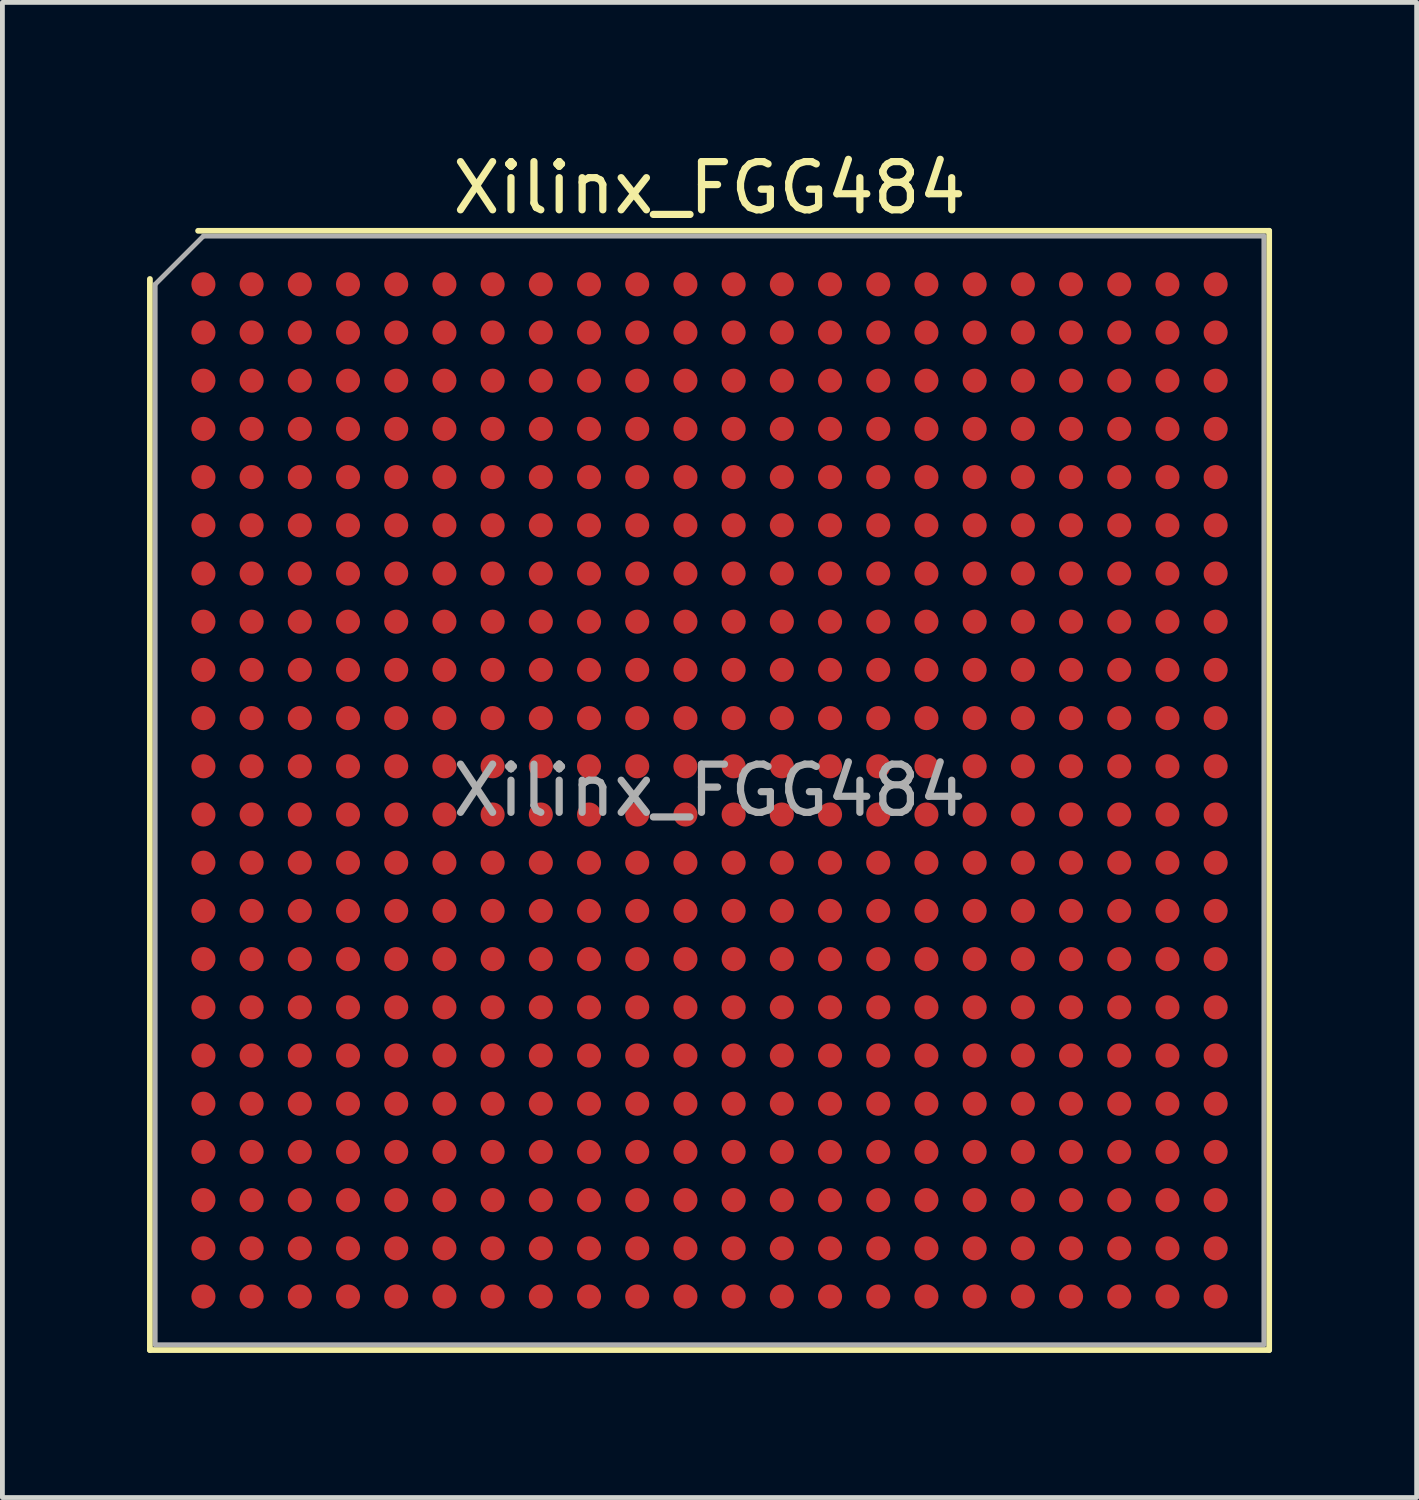
<source format=kicad_pcb>
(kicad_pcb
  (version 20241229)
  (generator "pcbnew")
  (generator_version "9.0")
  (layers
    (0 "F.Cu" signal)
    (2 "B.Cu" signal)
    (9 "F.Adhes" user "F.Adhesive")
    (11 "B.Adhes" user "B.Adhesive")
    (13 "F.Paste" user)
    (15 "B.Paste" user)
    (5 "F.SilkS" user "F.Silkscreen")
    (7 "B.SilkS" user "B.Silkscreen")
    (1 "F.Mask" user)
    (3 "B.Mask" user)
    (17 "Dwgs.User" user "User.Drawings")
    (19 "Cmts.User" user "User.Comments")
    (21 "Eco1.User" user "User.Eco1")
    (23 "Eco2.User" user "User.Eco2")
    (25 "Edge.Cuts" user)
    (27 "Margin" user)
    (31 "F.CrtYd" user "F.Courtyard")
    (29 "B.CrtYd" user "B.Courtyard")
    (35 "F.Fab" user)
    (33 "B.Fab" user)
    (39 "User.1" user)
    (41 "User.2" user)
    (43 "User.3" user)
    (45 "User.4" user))
  (footprint "Xilinx_FGG484"
    (layer "F.Cu")
    (at 11.67 13.348)
    (property "Reference" "Xilinx_FGG484" (at 0 -12.5 0) (layer "F.SilkS") (effects (font (size 1 1) (thickness 0.15))))
    (attr smd)
    (fp_line (start -11.61 11.61) (end -11.61 -10.61) (stroke (width 0.12) (type solid)) (layer "F.SilkS"))
    (fp_line (start -10.61 -11.61) (end 11.61 -11.61) (stroke (width 0.12) (type solid)) (layer "F.SilkS"))
    (fp_line (start 11.61 -11.61) (end 11.61 11.61) (stroke (width 0.12) (type solid)) (layer "F.SilkS"))
    (fp_line (start 11.61 11.61) (end -11.61 11.61) (stroke (width 0.12) (type solid)) (layer "F.SilkS"))
    (fp_rect (start 0 0) (end 0 0) (stroke (width 0.05) (type solid)) (fill no) (layer "F.CrtYd"))
    (fp_line (start -11.5 -10.5) (end -10.5 -11.5) (stroke (width 0.1) (type solid)) (layer "F.Fab"))
    (fp_line (start -11.5 11.5) (end -11.5 -10.5) (stroke (width 0.1) (type solid)) (layer "F.Fab"))
    (fp_line (start -10.5 -11.5) (end 11.5 -11.5) (stroke (width 0.1) (type solid)) (layer "F.Fab"))
    (fp_line (start 11.5 -11.5) (end 11.5 11.5) (stroke (width 0.1) (type solid)) (layer "F.Fab"))
    (fp_line (start 11.5 11.5) (end -11.5 11.5) (stroke (width 0.1) (type solid)) (layer "F.Fab"))
    (fp_text user "${REFERENCE}" (at 0 0 0) (layer "F.Fab") (effects (font (size 1 1) (thickness 0.15))))
    (pad "A1" smd circle (at -10.5 -10.5) (size 0.5 0.5) (layers "F.Cu" "F.Mask" "F.Paste"))
    (pad "A2" smd circle (at -9.5 -10.5) (size 0.5 0.5) (layers "F.Cu" "F.Mask" "F.Paste"))
    (pad "A3" smd circle (at -8.5 -10.5) (size 0.5 0.5) (layers "F.Cu" "F.Mask" "F.Paste"))
    (pad "A4" smd circle (at -7.5 -10.5) (size 0.5 0.5) (layers "F.Cu" "F.Mask" "F.Paste"))
    (pad "A5" smd circle (at -6.5 -10.5) (size 0.5 0.5) (layers "F.Cu" "F.Mask" "F.Paste"))
    (pad "A6" smd circle (at -5.5 -10.5) (size 0.5 0.5) (layers "F.Cu" "F.Mask" "F.Paste"))
    (pad "A7" smd circle (at -4.5 -10.5) (size 0.5 0.5) (layers "F.Cu" "F.Mask" "F.Paste"))
    (pad "A8" smd circle (at -3.5 -10.5) (size 0.5 0.5) (layers "F.Cu" "F.Mask" "F.Paste"))
    (pad "A9" smd circle (at -2.5 -10.5) (size 0.5 0.5) (layers "F.Cu" "F.Mask" "F.Paste"))
    (pad "A10" smd circle (at -1.5 -10.5) (size 0.5 0.5) (layers "F.Cu" "F.Mask" "F.Paste"))
    (pad "A11" smd circle (at -0.5 -10.5) (size 0.5 0.5) (layers "F.Cu" "F.Mask" "F.Paste"))
    (pad "A12" smd circle (at 0.5 -10.5) (size 0.5 0.5) (layers "F.Cu" "F.Mask" "F.Paste"))
    (pad "A13" smd circle (at 1.5 -10.5) (size 0.5 0.5) (layers "F.Cu" "F.Mask" "F.Paste"))
    (pad "A14" smd circle (at 2.5 -10.5) (size 0.5 0.5) (layers "F.Cu" "F.Mask" "F.Paste"))
    (pad "A15" smd circle (at 3.5 -10.5) (size 0.5 0.5) (layers "F.Cu" "F.Mask" "F.Paste"))
    (pad "A16" smd circle (at 4.5 -10.5) (size 0.5 0.5) (layers "F.Cu" "F.Mask" "F.Paste"))
    (pad "A17" smd circle (at 5.5 -10.5) (size 0.5 0.5) (layers "F.Cu" "F.Mask" "F.Paste"))
    (pad "A18" smd circle (at 6.5 -10.5) (size 0.5 0.5) (layers "F.Cu" "F.Mask" "F.Paste"))
    (pad "A19" smd circle (at 7.5 -10.5) (size 0.5 0.5) (layers "F.Cu" "F.Mask" "F.Paste"))
    (pad "A20" smd circle (at 8.5 -10.5) (size 0.5 0.5) (layers "F.Cu" "F.Mask" "F.Paste"))
    (pad "A21" smd circle (at 9.5 -10.5) (size 0.5 0.5) (layers "F.Cu" "F.Mask" "F.Paste"))
    (pad "A22" smd circle (at 10.5 -10.5) (size 0.5 0.5) (layers "F.Cu" "F.Mask" "F.Paste"))
    (pad "AA1" smd circle (at -10.5 9.5) (size 0.5 0.5) (layers "F.Cu" "F.Mask" "F.Paste"))
    (pad "AA2" smd circle (at -9.5 9.5) (size 0.5 0.5) (layers "F.Cu" "F.Mask" "F.Paste"))
    (pad "AA3" smd circle (at -8.5 9.5) (size 0.5 0.5) (layers "F.Cu" "F.Mask" "F.Paste"))
    (pad "AA4" smd circle (at -7.5 9.5) (size 0.5 0.5) (layers "F.Cu" "F.Mask" "F.Paste"))
    (pad "AA5" smd circle (at -6.5 9.5) (size 0.5 0.5) (layers "F.Cu" "F.Mask" "F.Paste"))
    (pad "AA6" smd circle (at -5.5 9.5) (size 0.5 0.5) (layers "F.Cu" "F.Mask" "F.Paste"))
    (pad "AA7" smd circle (at -4.5 9.5) (size 0.5 0.5) (layers "F.Cu" "F.Mask" "F.Paste"))
    (pad "AA8" smd circle (at -3.5 9.5) (size 0.5 0.5) (layers "F.Cu" "F.Mask" "F.Paste"))
    (pad "AA9" smd circle (at -2.5 9.5) (size 0.5 0.5) (layers "F.Cu" "F.Mask" "F.Paste"))
    (pad "AA10" smd circle (at -1.5 9.5) (size 0.5 0.5) (layers "F.Cu" "F.Mask" "F.Paste"))
    (pad "AA11" smd circle (at -0.5 9.5) (size 0.5 0.5) (layers "F.Cu" "F.Mask" "F.Paste"))
    (pad "AA12" smd circle (at 0.5 9.5) (size 0.5 0.5) (layers "F.Cu" "F.Mask" "F.Paste"))
    (pad "AA13" smd circle (at 1.5 9.5) (size 0.5 0.5) (layers "F.Cu" "F.Mask" "F.Paste"))
    (pad "AA14" smd circle (at 2.5 9.5) (size 0.5 0.5) (layers "F.Cu" "F.Mask" "F.Paste"))
    (pad "AA15" smd circle (at 3.5 9.5) (size 0.5 0.5) (layers "F.Cu" "F.Mask" "F.Paste"))
    (pad "AA16" smd circle (at 4.5 9.5) (size 0.5 0.5) (layers "F.Cu" "F.Mask" "F.Paste"))
    (pad "AA17" smd circle (at 5.5 9.5) (size 0.5 0.5) (layers "F.Cu" "F.Mask" "F.Paste"))
    (pad "AA18" smd circle (at 6.5 9.5) (size 0.5 0.5) (layers "F.Cu" "F.Mask" "F.Paste"))
    (pad "AA19" smd circle (at 7.5 9.5) (size 0.5 0.5) (layers "F.Cu" "F.Mask" "F.Paste"))
    (pad "AA20" smd circle (at 8.5 9.5) (size 0.5 0.5) (layers "F.Cu" "F.Mask" "F.Paste"))
    (pad "AA21" smd circle (at 9.5 9.5) (size 0.5 0.5) (layers "F.Cu" "F.Mask" "F.Paste"))
    (pad "AA22" smd circle (at 10.5 9.5) (size 0.5 0.5) (layers "F.Cu" "F.Mask" "F.Paste"))
    (pad "AB1" smd circle (at -10.5 10.5) (size 0.5 0.5) (layers "F.Cu" "F.Mask" "F.Paste"))
    (pad "AB2" smd circle (at -9.5 10.5) (size 0.5 0.5) (layers "F.Cu" "F.Mask" "F.Paste"))
    (pad "AB3" smd circle (at -8.5 10.5) (size 0.5 0.5) (layers "F.Cu" "F.Mask" "F.Paste"))
    (pad "AB4" smd circle (at -7.5 10.5) (size 0.5 0.5) (layers "F.Cu" "F.Mask" "F.Paste"))
    (pad "AB5" smd circle (at -6.5 10.5) (size 0.5 0.5) (layers "F.Cu" "F.Mask" "F.Paste"))
    (pad "AB6" smd circle (at -5.5 10.5) (size 0.5 0.5) (layers "F.Cu" "F.Mask" "F.Paste"))
    (pad "AB7" smd circle (at -4.5 10.5) (size 0.5 0.5) (layers "F.Cu" "F.Mask" "F.Paste"))
    (pad "AB8" smd circle (at -3.5 10.5) (size 0.5 0.5) (layers "F.Cu" "F.Mask" "F.Paste"))
    (pad "AB9" smd circle (at -2.5 10.5) (size 0.5 0.5) (layers "F.Cu" "F.Mask" "F.Paste"))
    (pad "AB10" smd circle (at -1.5 10.5) (size 0.5 0.5) (layers "F.Cu" "F.Mask" "F.Paste"))
    (pad "AB11" smd circle (at -0.5 10.5) (size 0.5 0.5) (layers "F.Cu" "F.Mask" "F.Paste"))
    (pad "AB12" smd circle (at 0.5 10.5) (size 0.5 0.5) (layers "F.Cu" "F.Mask" "F.Paste"))
    (pad "AB13" smd circle (at 1.5 10.5) (size 0.5 0.5) (layers "F.Cu" "F.Mask" "F.Paste"))
    (pad "AB14" smd circle (at 2.5 10.5) (size 0.5 0.5) (layers "F.Cu" "F.Mask" "F.Paste"))
    (pad "AB15" smd circle (at 3.5 10.5) (size 0.5 0.5) (layers "F.Cu" "F.Mask" "F.Paste"))
    (pad "AB16" smd circle (at 4.5 10.5) (size 0.5 0.5) (layers "F.Cu" "F.Mask" "F.Paste"))
    (pad "AB17" smd circle (at 5.5 10.5) (size 0.5 0.5) (layers "F.Cu" "F.Mask" "F.Paste"))
    (pad "AB18" smd circle (at 6.5 10.5) (size 0.5 0.5) (layers "F.Cu" "F.Mask" "F.Paste"))
    (pad "AB19" smd circle (at 7.5 10.5) (size 0.5 0.5) (layers "F.Cu" "F.Mask" "F.Paste"))
    (pad "AB20" smd circle (at 8.5 10.5) (size 0.5 0.5) (layers "F.Cu" "F.Mask" "F.Paste"))
    (pad "AB21" smd circle (at 9.5 10.5) (size 0.5 0.5) (layers "F.Cu" "F.Mask" "F.Paste"))
    (pad "AB22" smd circle (at 10.5 10.5) (size 0.5 0.5) (layers "F.Cu" "F.Mask" "F.Paste"))
    (pad "B1" smd circle (at -10.5 -9.5) (size 0.5 0.5) (layers "F.Cu" "F.Mask" "F.Paste"))
    (pad "B2" smd circle (at -9.5 -9.5) (size 0.5 0.5) (layers "F.Cu" "F.Mask" "F.Paste"))
    (pad "B3" smd circle (at -8.5 -9.5) (size 0.5 0.5) (layers "F.Cu" "F.Mask" "F.Paste"))
    (pad "B4" smd circle (at -7.5 -9.5) (size 0.5 0.5) (layers "F.Cu" "F.Mask" "F.Paste"))
    (pad "B5" smd circle (at -6.5 -9.5) (size 0.5 0.5) (layers "F.Cu" "F.Mask" "F.Paste"))
    (pad "B6" smd circle (at -5.5 -9.5) (size 0.5 0.5) (layers "F.Cu" "F.Mask" "F.Paste"))
    (pad "B7" smd circle (at -4.5 -9.5) (size 0.5 0.5) (layers "F.Cu" "F.Mask" "F.Paste"))
    (pad "B8" smd circle (at -3.5 -9.5) (size 0.5 0.5) (layers "F.Cu" "F.Mask" "F.Paste"))
    (pad "B9" smd circle (at -2.5 -9.5) (size 0.5 0.5) (layers "F.Cu" "F.Mask" "F.Paste"))
    (pad "B10" smd circle (at -1.5 -9.5) (size 0.5 0.5) (layers "F.Cu" "F.Mask" "F.Paste"))
    (pad "B11" smd circle (at -0.5 -9.5) (size 0.5 0.5) (layers "F.Cu" "F.Mask" "F.Paste"))
    (pad "B12" smd circle (at 0.5 -9.5) (size 0.5 0.5) (layers "F.Cu" "F.Mask" "F.Paste"))
    (pad "B13" smd circle (at 1.5 -9.5) (size 0.5 0.5) (layers "F.Cu" "F.Mask" "F.Paste"))
    (pad "B14" smd circle (at 2.5 -9.5) (size 0.5 0.5) (layers "F.Cu" "F.Mask" "F.Paste"))
    (pad "B15" smd circle (at 3.5 -9.5) (size 0.5 0.5) (layers "F.Cu" "F.Mask" "F.Paste"))
    (pad "B16" smd circle (at 4.5 -9.5) (size 0.5 0.5) (layers "F.Cu" "F.Mask" "F.Paste"))
    (pad "B17" smd circle (at 5.5 -9.5) (size 0.5 0.5) (layers "F.Cu" "F.Mask" "F.Paste"))
    (pad "B18" smd circle (at 6.5 -9.5) (size 0.5 0.5) (layers "F.Cu" "F.Mask" "F.Paste"))
    (pad "B19" smd circle (at 7.5 -9.5) (size 0.5 0.5) (layers "F.Cu" "F.Mask" "F.Paste"))
    (pad "B20" smd circle (at 8.5 -9.5) (size 0.5 0.5) (layers "F.Cu" "F.Mask" "F.Paste"))
    (pad "B21" smd circle (at 9.5 -9.5) (size 0.5 0.5) (layers "F.Cu" "F.Mask" "F.Paste"))
    (pad "B22" smd circle (at 10.5 -9.5) (size 0.5 0.5) (layers "F.Cu" "F.Mask" "F.Paste"))
    (pad "C1" smd circle (at -10.5 -8.5) (size 0.5 0.5) (layers "F.Cu" "F.Mask" "F.Paste"))
    (pad "C2" smd circle (at -9.5 -8.5) (size 0.5 0.5) (layers "F.Cu" "F.Mask" "F.Paste"))
    (pad "C3" smd circle (at -8.5 -8.5) (size 0.5 0.5) (layers "F.Cu" "F.Mask" "F.Paste"))
    (pad "C4" smd circle (at -7.5 -8.5) (size 0.5 0.5) (layers "F.Cu" "F.Mask" "F.Paste"))
    (pad "C5" smd circle (at -6.5 -8.5) (size 0.5 0.5) (layers "F.Cu" "F.Mask" "F.Paste"))
    (pad "C6" smd circle (at -5.5 -8.5) (size 0.5 0.5) (layers "F.Cu" "F.Mask" "F.Paste"))
    (pad "C7" smd circle (at -4.5 -8.5) (size 0.5 0.5) (layers "F.Cu" "F.Mask" "F.Paste"))
    (pad "C8" smd circle (at -3.5 -8.5) (size 0.5 0.5) (layers "F.Cu" "F.Mask" "F.Paste"))
    (pad "C9" smd circle (at -2.5 -8.5) (size 0.5 0.5) (layers "F.Cu" "F.Mask" "F.Paste"))
    (pad "C10" smd circle (at -1.5 -8.5) (size 0.5 0.5) (layers "F.Cu" "F.Mask" "F.Paste"))
    (pad "C11" smd circle (at -0.5 -8.5) (size 0.5 0.5) (layers "F.Cu" "F.Mask" "F.Paste"))
    (pad "C12" smd circle (at 0.5 -8.5) (size 0.5 0.5) (layers "F.Cu" "F.Mask" "F.Paste"))
    (pad "C13" smd circle (at 1.5 -8.5) (size 0.5 0.5) (layers "F.Cu" "F.Mask" "F.Paste"))
    (pad "C14" smd circle (at 2.5 -8.5) (size 0.5 0.5) (layers "F.Cu" "F.Mask" "F.Paste"))
    (pad "C15" smd circle (at 3.5 -8.5) (size 0.5 0.5) (layers "F.Cu" "F.Mask" "F.Paste"))
    (pad "C16" smd circle (at 4.5 -8.5) (size 0.5 0.5) (layers "F.Cu" "F.Mask" "F.Paste"))
    (pad "C17" smd circle (at 5.5 -8.5) (size 0.5 0.5) (layers "F.Cu" "F.Mask" "F.Paste"))
    (pad "C18" smd circle (at 6.5 -8.5) (size 0.5 0.5) (layers "F.Cu" "F.Mask" "F.Paste"))
    (pad "C19" smd circle (at 7.5 -8.5) (size 0.5 0.5) (layers "F.Cu" "F.Mask" "F.Paste"))
    (pad "C20" smd circle (at 8.5 -8.5) (size 0.5 0.5) (layers "F.Cu" "F.Mask" "F.Paste"))
    (pad "C21" smd circle (at 9.5 -8.5) (size 0.5 0.5) (layers "F.Cu" "F.Mask" "F.Paste"))
    (pad "C22" smd circle (at 10.5 -8.5) (size 0.5 0.5) (layers "F.Cu" "F.Mask" "F.Paste"))
    (pad "D1" smd circle (at -10.5 -7.5) (size 0.5 0.5) (layers "F.Cu" "F.Mask" "F.Paste"))
    (pad "D2" smd circle (at -9.5 -7.5) (size 0.5 0.5) (layers "F.Cu" "F.Mask" "F.Paste"))
    (pad "D3" smd circle (at -8.5 -7.5) (size 0.5 0.5) (layers "F.Cu" "F.Mask" "F.Paste"))
    (pad "D4" smd circle (at -7.5 -7.5) (size 0.5 0.5) (layers "F.Cu" "F.Mask" "F.Paste"))
    (pad "D5" smd circle (at -6.5 -7.5) (size 0.5 0.5) (layers "F.Cu" "F.Mask" "F.Paste"))
    (pad "D6" smd circle (at -5.5 -7.5) (size 0.5 0.5) (layers "F.Cu" "F.Mask" "F.Paste"))
    (pad "D7" smd circle (at -4.5 -7.5) (size 0.5 0.5) (layers "F.Cu" "F.Mask" "F.Paste"))
    (pad "D8" smd circle (at -3.5 -7.5) (size 0.5 0.5) (layers "F.Cu" "F.Mask" "F.Paste"))
    (pad "D9" smd circle (at -2.5 -7.5) (size 0.5 0.5) (layers "F.Cu" "F.Mask" "F.Paste"))
    (pad "D10" smd circle (at -1.5 -7.5) (size 0.5 0.5) (layers "F.Cu" "F.Mask" "F.Paste"))
    (pad "D11" smd circle (at -0.5 -7.5) (size 0.5 0.5) (layers "F.Cu" "F.Mask" "F.Paste"))
    (pad "D12" smd circle (at 0.5 -7.5) (size 0.5 0.5) (layers "F.Cu" "F.Mask" "F.Paste"))
    (pad "D13" smd circle (at 1.5 -7.5) (size 0.5 0.5) (layers "F.Cu" "F.Mask" "F.Paste"))
    (pad "D14" smd circle (at 2.5 -7.5) (size 0.5 0.5) (layers "F.Cu" "F.Mask" "F.Paste"))
    (pad "D15" smd circle (at 3.5 -7.5) (size 0.5 0.5) (layers "F.Cu" "F.Mask" "F.Paste"))
    (pad "D16" smd circle (at 4.5 -7.5) (size 0.5 0.5) (layers "F.Cu" "F.Mask" "F.Paste"))
    (pad "D17" smd circle (at 5.5 -7.5) (size 0.5 0.5) (layers "F.Cu" "F.Mask" "F.Paste"))
    (pad "D18" smd circle (at 6.5 -7.5) (size 0.5 0.5) (layers "F.Cu" "F.Mask" "F.Paste"))
    (pad "D19" smd circle (at 7.5 -7.5) (size 0.5 0.5) (layers "F.Cu" "F.Mask" "F.Paste"))
    (pad "D20" smd circle (at 8.5 -7.5) (size 0.5 0.5) (layers "F.Cu" "F.Mask" "F.Paste"))
    (pad "D21" smd circle (at 9.5 -7.5) (size 0.5 0.5) (layers "F.Cu" "F.Mask" "F.Paste"))
    (pad "D22" smd circle (at 10.5 -7.5) (size 0.5 0.5) (layers "F.Cu" "F.Mask" "F.Paste"))
    (pad "E1" smd circle (at -10.5 -6.5) (size 0.5 0.5) (layers "F.Cu" "F.Mask" "F.Paste"))
    (pad "E2" smd circle (at -9.5 -6.5) (size 0.5 0.5) (layers "F.Cu" "F.Mask" "F.Paste"))
    (pad "E3" smd circle (at -8.5 -6.5) (size 0.5 0.5) (layers "F.Cu" "F.Mask" "F.Paste"))
    (pad "E4" smd circle (at -7.5 -6.5) (size 0.5 0.5) (layers "F.Cu" "F.Mask" "F.Paste"))
    (pad "E5" smd circle (at -6.5 -6.5) (size 0.5 0.5) (layers "F.Cu" "F.Mask" "F.Paste"))
    (pad "E6" smd circle (at -5.5 -6.5) (size 0.5 0.5) (layers "F.Cu" "F.Mask" "F.Paste"))
    (pad "E7" smd circle (at -4.5 -6.5) (size 0.5 0.5) (layers "F.Cu" "F.Mask" "F.Paste"))
    (pad "E8" smd circle (at -3.5 -6.5) (size 0.5 0.5) (layers "F.Cu" "F.Mask" "F.Paste"))
    (pad "E9" smd circle (at -2.5 -6.5) (size 0.5 0.5) (layers "F.Cu" "F.Mask" "F.Paste"))
    (pad "E10" smd circle (at -1.5 -6.5) (size 0.5 0.5) (layers "F.Cu" "F.Mask" "F.Paste"))
    (pad "E11" smd circle (at -0.5 -6.5) (size 0.5 0.5) (layers "F.Cu" "F.Mask" "F.Paste"))
    (pad "E12" smd circle (at 0.5 -6.5) (size 0.5 0.5) (layers "F.Cu" "F.Mask" "F.Paste"))
    (pad "E13" smd circle (at 1.5 -6.5) (size 0.5 0.5) (layers "F.Cu" "F.Mask" "F.Paste"))
    (pad "E14" smd circle (at 2.5 -6.5) (size 0.5 0.5) (layers "F.Cu" "F.Mask" "F.Paste"))
    (pad "E15" smd circle (at 3.5 -6.5) (size 0.5 0.5) (layers "F.Cu" "F.Mask" "F.Paste"))
    (pad "E16" smd circle (at 4.5 -6.5) (size 0.5 0.5) (layers "F.Cu" "F.Mask" "F.Paste"))
    (pad "E17" smd circle (at 5.5 -6.5) (size 0.5 0.5) (layers "F.Cu" "F.Mask" "F.Paste"))
    (pad "E18" smd circle (at 6.5 -6.5) (size 0.5 0.5) (layers "F.Cu" "F.Mask" "F.Paste"))
    (pad "E19" smd circle (at 7.5 -6.5) (size 0.5 0.5) (layers "F.Cu" "F.Mask" "F.Paste"))
    (pad "E20" smd circle (at 8.5 -6.5) (size 0.5 0.5) (layers "F.Cu" "F.Mask" "F.Paste"))
    (pad "E21" smd circle (at 9.5 -6.5) (size 0.5 0.5) (layers "F.Cu" "F.Mask" "F.Paste"))
    (pad "E22" smd circle (at 10.5 -6.5) (size 0.5 0.5) (layers "F.Cu" "F.Mask" "F.Paste"))
    (pad "F1" smd circle (at -10.5 -5.5) (size 0.5 0.5) (layers "F.Cu" "F.Mask" "F.Paste"))
    (pad "F2" smd circle (at -9.5 -5.5) (size 0.5 0.5) (layers "F.Cu" "F.Mask" "F.Paste"))
    (pad "F3" smd circle (at -8.5 -5.5) (size 0.5 0.5) (layers "F.Cu" "F.Mask" "F.Paste"))
    (pad "F4" smd circle (at -7.5 -5.5) (size 0.5 0.5) (layers "F.Cu" "F.Mask" "F.Paste"))
    (pad "F5" smd circle (at -6.5 -5.5) (size 0.5 0.5) (layers "F.Cu" "F.Mask" "F.Paste"))
    (pad "F6" smd circle (at -5.5 -5.5) (size 0.5 0.5) (layers "F.Cu" "F.Mask" "F.Paste"))
    (pad "F7" smd circle (at -4.5 -5.5) (size 0.5 0.5) (layers "F.Cu" "F.Mask" "F.Paste"))
    (pad "F8" smd circle (at -3.5 -5.5) (size 0.5 0.5) (layers "F.Cu" "F.Mask" "F.Paste"))
    (pad "F9" smd circle (at -2.5 -5.5) (size 0.5 0.5) (layers "F.Cu" "F.Mask" "F.Paste"))
    (pad "F10" smd circle (at -1.5 -5.5) (size 0.5 0.5) (layers "F.Cu" "F.Mask" "F.Paste"))
    (pad "F11" smd circle (at -0.5 -5.5) (size 0.5 0.5) (layers "F.Cu" "F.Mask" "F.Paste"))
    (pad "F12" smd circle (at 0.5 -5.5) (size 0.5 0.5) (layers "F.Cu" "F.Mask" "F.Paste"))
    (pad "F13" smd circle (at 1.5 -5.5) (size 0.5 0.5) (layers "F.Cu" "F.Mask" "F.Paste"))
    (pad "F14" smd circle (at 2.5 -5.5) (size 0.5 0.5) (layers "F.Cu" "F.Mask" "F.Paste"))
    (pad "F15" smd circle (at 3.5 -5.5) (size 0.5 0.5) (layers "F.Cu" "F.Mask" "F.Paste"))
    (pad "F16" smd circle (at 4.5 -5.5) (size 0.5 0.5) (layers "F.Cu" "F.Mask" "F.Paste"))
    (pad "F17" smd circle (at 5.5 -5.5) (size 0.5 0.5) (layers "F.Cu" "F.Mask" "F.Paste"))
    (pad "F18" smd circle (at 6.5 -5.5) (size 0.5 0.5) (layers "F.Cu" "F.Mask" "F.Paste"))
    (pad "F19" smd circle (at 7.5 -5.5) (size 0.5 0.5) (layers "F.Cu" "F.Mask" "F.Paste"))
    (pad "F20" smd circle (at 8.5 -5.5) (size 0.5 0.5) (layers "F.Cu" "F.Mask" "F.Paste"))
    (pad "F21" smd circle (at 9.5 -5.5) (size 0.5 0.5) (layers "F.Cu" "F.Mask" "F.Paste"))
    (pad "F22" smd circle (at 10.5 -5.5) (size 0.5 0.5) (layers "F.Cu" "F.Mask" "F.Paste"))
    (pad "G1" smd circle (at -10.5 -4.5) (size 0.5 0.5) (layers "F.Cu" "F.Mask" "F.Paste"))
    (pad "G2" smd circle (at -9.5 -4.5) (size 0.5 0.5) (layers "F.Cu" "F.Mask" "F.Paste"))
    (pad "G3" smd circle (at -8.5 -4.5) (size 0.5 0.5) (layers "F.Cu" "F.Mask" "F.Paste"))
    (pad "G4" smd circle (at -7.5 -4.5) (size 0.5 0.5) (layers "F.Cu" "F.Mask" "F.Paste"))
    (pad "G5" smd circle (at -6.5 -4.5) (size 0.5 0.5) (layers "F.Cu" "F.Mask" "F.Paste"))
    (pad "G6" smd circle (at -5.5 -4.5) (size 0.5 0.5) (layers "F.Cu" "F.Mask" "F.Paste"))
    (pad "G7" smd circle (at -4.5 -4.5) (size 0.5 0.5) (layers "F.Cu" "F.Mask" "F.Paste"))
    (pad "G8" smd circle (at -3.5 -4.5) (size 0.5 0.5) (layers "F.Cu" "F.Mask" "F.Paste"))
    (pad "G9" smd circle (at -2.5 -4.5) (size 0.5 0.5) (layers "F.Cu" "F.Mask" "F.Paste"))
    (pad "G10" smd circle (at -1.5 -4.5) (size 0.5 0.5) (layers "F.Cu" "F.Mask" "F.Paste"))
    (pad "G11" smd circle (at -0.5 -4.5) (size 0.5 0.5) (layers "F.Cu" "F.Mask" "F.Paste"))
    (pad "G12" smd circle (at 0.5 -4.5) (size 0.5 0.5) (layers "F.Cu" "F.Mask" "F.Paste"))
    (pad "G13" smd circle (at 1.5 -4.5) (size 0.5 0.5) (layers "F.Cu" "F.Mask" "F.Paste"))
    (pad "G14" smd circle (at 2.5 -4.5) (size 0.5 0.5) (layers "F.Cu" "F.Mask" "F.Paste"))
    (pad "G15" smd circle (at 3.5 -4.5) (size 0.5 0.5) (layers "F.Cu" "F.Mask" "F.Paste"))
    (pad "G16" smd circle (at 4.5 -4.5) (size 0.5 0.5) (layers "F.Cu" "F.Mask" "F.Paste"))
    (pad "G17" smd circle (at 5.5 -4.5) (size 0.5 0.5) (layers "F.Cu" "F.Mask" "F.Paste"))
    (pad "G18" smd circle (at 6.5 -4.5) (size 0.5 0.5) (layers "F.Cu" "F.Mask" "F.Paste"))
    (pad "G19" smd circle (at 7.5 -4.5) (size 0.5 0.5) (layers "F.Cu" "F.Mask" "F.Paste"))
    (pad "G20" smd circle (at 8.5 -4.5) (size 0.5 0.5) (layers "F.Cu" "F.Mask" "F.Paste"))
    (pad "G21" smd circle (at 9.5 -4.5) (size 0.5 0.5) (layers "F.Cu" "F.Mask" "F.Paste"))
    (pad "G22" smd circle (at 10.5 -4.5) (size 0.5 0.5) (layers "F.Cu" "F.Mask" "F.Paste"))
    (pad "H1" smd circle (at -10.5 -3.5) (size 0.5 0.5) (layers "F.Cu" "F.Mask" "F.Paste"))
    (pad "H2" smd circle (at -9.5 -3.5) (size 0.5 0.5) (layers "F.Cu" "F.Mask" "F.Paste"))
    (pad "H3" smd circle (at -8.5 -3.5) (size 0.5 0.5) (layers "F.Cu" "F.Mask" "F.Paste"))
    (pad "H4" smd circle (at -7.5 -3.5) (size 0.5 0.5) (layers "F.Cu" "F.Mask" "F.Paste"))
    (pad "H5" smd circle (at -6.5 -3.5) (size 0.5 0.5) (layers "F.Cu" "F.Mask" "F.Paste"))
    (pad "H6" smd circle (at -5.5 -3.5) (size 0.5 0.5) (layers "F.Cu" "F.Mask" "F.Paste"))
    (pad "H7" smd circle (at -4.5 -3.5) (size 0.5 0.5) (layers "F.Cu" "F.Mask" "F.Paste"))
    (pad "H8" smd circle (at -3.5 -3.5) (size 0.5 0.5) (layers "F.Cu" "F.Mask" "F.Paste"))
    (pad "H9" smd circle (at -2.5 -3.5) (size 0.5 0.5) (layers "F.Cu" "F.Mask" "F.Paste"))
    (pad "H10" smd circle (at -1.5 -3.5) (size 0.5 0.5) (layers "F.Cu" "F.Mask" "F.Paste"))
    (pad "H11" smd circle (at -0.5 -3.5) (size 0.5 0.5) (layers "F.Cu" "F.Mask" "F.Paste"))
    (pad "H12" smd circle (at 0.5 -3.5) (size 0.5 0.5) (layers "F.Cu" "F.Mask" "F.Paste"))
    (pad "H13" smd circle (at 1.5 -3.5) (size 0.5 0.5) (layers "F.Cu" "F.Mask" "F.Paste"))
    (pad "H14" smd circle (at 2.5 -3.5) (size 0.5 0.5) (layers "F.Cu" "F.Mask" "F.Paste"))
    (pad "H15" smd circle (at 3.5 -3.5) (size 0.5 0.5) (layers "F.Cu" "F.Mask" "F.Paste"))
    (pad "H16" smd circle (at 4.5 -3.5) (size 0.5 0.5) (layers "F.Cu" "F.Mask" "F.Paste"))
    (pad "H17" smd circle (at 5.5 -3.5) (size 0.5 0.5) (layers "F.Cu" "F.Mask" "F.Paste"))
    (pad "H18" smd circle (at 6.5 -3.5) (size 0.5 0.5) (layers "F.Cu" "F.Mask" "F.Paste"))
    (pad "H19" smd circle (at 7.5 -3.5) (size 0.5 0.5) (layers "F.Cu" "F.Mask" "F.Paste"))
    (pad "H20" smd circle (at 8.5 -3.5) (size 0.5 0.5) (layers "F.Cu" "F.Mask" "F.Paste"))
    (pad "H21" smd circle (at 9.5 -3.5) (size 0.5 0.5) (layers "F.Cu" "F.Mask" "F.Paste"))
    (pad "H22" smd circle (at 10.5 -3.5) (size 0.5 0.5) (layers "F.Cu" "F.Mask" "F.Paste"))
    (pad "J1" smd circle (at -10.5 -2.5) (size 0.5 0.5) (layers "F.Cu" "F.Mask" "F.Paste"))
    (pad "J2" smd circle (at -9.5 -2.5) (size 0.5 0.5) (layers "F.Cu" "F.Mask" "F.Paste"))
    (pad "J3" smd circle (at -8.5 -2.5) (size 0.5 0.5) (layers "F.Cu" "F.Mask" "F.Paste"))
    (pad "J4" smd circle (at -7.5 -2.5) (size 0.5 0.5) (layers "F.Cu" "F.Mask" "F.Paste"))
    (pad "J5" smd circle (at -6.5 -2.5) (size 0.5 0.5) (layers "F.Cu" "F.Mask" "F.Paste"))
    (pad "J6" smd circle (at -5.5 -2.5) (size 0.5 0.5) (layers "F.Cu" "F.Mask" "F.Paste"))
    (pad "J7" smd circle (at -4.5 -2.5) (size 0.5 0.5) (layers "F.Cu" "F.Mask" "F.Paste"))
    (pad "J8" smd circle (at -3.5 -2.5) (size 0.5 0.5) (layers "F.Cu" "F.Mask" "F.Paste"))
    (pad "J9" smd circle (at -2.5 -2.5) (size 0.5 0.5) (layers "F.Cu" "F.Mask" "F.Paste"))
    (pad "J10" smd circle (at -1.5 -2.5) (size 0.5 0.5) (layers "F.Cu" "F.Mask" "F.Paste"))
    (pad "J11" smd circle (at -0.5 -2.5) (size 0.5 0.5) (layers "F.Cu" "F.Mask" "F.Paste"))
    (pad "J12" smd circle (at 0.5 -2.5) (size 0.5 0.5) (layers "F.Cu" "F.Mask" "F.Paste"))
    (pad "J13" smd circle (at 1.5 -2.5) (size 0.5 0.5) (layers "F.Cu" "F.Mask" "F.Paste"))
    (pad "J14" smd circle (at 2.5 -2.5) (size 0.5 0.5) (layers "F.Cu" "F.Mask" "F.Paste"))
    (pad "J15" smd circle (at 3.5 -2.5) (size 0.5 0.5) (layers "F.Cu" "F.Mask" "F.Paste"))
    (pad "J16" smd circle (at 4.5 -2.5) (size 0.5 0.5) (layers "F.Cu" "F.Mask" "F.Paste"))
    (pad "J17" smd circle (at 5.5 -2.5) (size 0.5 0.5) (layers "F.Cu" "F.Mask" "F.Paste"))
    (pad "J18" smd circle (at 6.5 -2.5) (size 0.5 0.5) (layers "F.Cu" "F.Mask" "F.Paste"))
    (pad "J19" smd circle (at 7.5 -2.5) (size 0.5 0.5) (layers "F.Cu" "F.Mask" "F.Paste"))
    (pad "J20" smd circle (at 8.5 -2.5) (size 0.5 0.5) (layers "F.Cu" "F.Mask" "F.Paste"))
    (pad "J21" smd circle (at 9.5 -2.5) (size 0.5 0.5) (layers "F.Cu" "F.Mask" "F.Paste"))
    (pad "J22" smd circle (at 10.5 -2.5) (size 0.5 0.5) (layers "F.Cu" "F.Mask" "F.Paste"))
    (pad "K1" smd circle (at -10.5 -1.5) (size 0.5 0.5) (layers "F.Cu" "F.Mask" "F.Paste"))
    (pad "K2" smd circle (at -9.5 -1.5) (size 0.5 0.5) (layers "F.Cu" "F.Mask" "F.Paste"))
    (pad "K3" smd circle (at -8.5 -1.5) (size 0.5 0.5) (layers "F.Cu" "F.Mask" "F.Paste"))
    (pad "K4" smd circle (at -7.5 -1.5) (size 0.5 0.5) (layers "F.Cu" "F.Mask" "F.Paste"))
    (pad "K5" smd circle (at -6.5 -1.5) (size 0.5 0.5) (layers "F.Cu" "F.Mask" "F.Paste"))
    (pad "K6" smd circle (at -5.5 -1.5) (size 0.5 0.5) (layers "F.Cu" "F.Mask" "F.Paste"))
    (pad "K7" smd circle (at -4.5 -1.5) (size 0.5 0.5) (layers "F.Cu" "F.Mask" "F.Paste"))
    (pad "K8" smd circle (at -3.5 -1.5) (size 0.5 0.5) (layers "F.Cu" "F.Mask" "F.Paste"))
    (pad "K9" smd circle (at -2.5 -1.5) (size 0.5 0.5) (layers "F.Cu" "F.Mask" "F.Paste"))
    (pad "K10" smd circle (at -1.5 -1.5) (size 0.5 0.5) (layers "F.Cu" "F.Mask" "F.Paste"))
    (pad "K11" smd circle (at -0.5 -1.5) (size 0.5 0.5) (layers "F.Cu" "F.Mask" "F.Paste"))
    (pad "K12" smd circle (at 0.5 -1.5) (size 0.5 0.5) (layers "F.Cu" "F.Mask" "F.Paste"))
    (pad "K13" smd circle (at 1.5 -1.5) (size 0.5 0.5) (layers "F.Cu" "F.Mask" "F.Paste"))
    (pad "K14" smd circle (at 2.5 -1.5) (size 0.5 0.5) (layers "F.Cu" "F.Mask" "F.Paste"))
    (pad "K15" smd circle (at 3.5 -1.5) (size 0.5 0.5) (layers "F.Cu" "F.Mask" "F.Paste"))
    (pad "K16" smd circle (at 4.5 -1.5) (size 0.5 0.5) (layers "F.Cu" "F.Mask" "F.Paste"))
    (pad "K17" smd circle (at 5.5 -1.5) (size 0.5 0.5) (layers "F.Cu" "F.Mask" "F.Paste"))
    (pad "K18" smd circle (at 6.5 -1.5) (size 0.5 0.5) (layers "F.Cu" "F.Mask" "F.Paste"))
    (pad "K19" smd circle (at 7.5 -1.5) (size 0.5 0.5) (layers "F.Cu" "F.Mask" "F.Paste"))
    (pad "K20" smd circle (at 8.5 -1.5) (size 0.5 0.5) (layers "F.Cu" "F.Mask" "F.Paste"))
    (pad "K21" smd circle (at 9.5 -1.5) (size 0.5 0.5) (layers "F.Cu" "F.Mask" "F.Paste"))
    (pad "K22" smd circle (at 10.5 -1.5) (size 0.5 0.5) (layers "F.Cu" "F.Mask" "F.Paste"))
    (pad "L1" smd circle (at -10.5 -0.5) (size 0.5 0.5) (layers "F.Cu" "F.Mask" "F.Paste"))
    (pad "L2" smd circle (at -9.5 -0.5) (size 0.5 0.5) (layers "F.Cu" "F.Mask" "F.Paste"))
    (pad "L3" smd circle (at -8.5 -0.5) (size 0.5 0.5) (layers "F.Cu" "F.Mask" "F.Paste"))
    (pad "L4" smd circle (at -7.5 -0.5) (size 0.5 0.5) (layers "F.Cu" "F.Mask" "F.Paste"))
    (pad "L5" smd circle (at -6.5 -0.5) (size 0.5 0.5) (layers "F.Cu" "F.Mask" "F.Paste"))
    (pad "L6" smd circle (at -5.5 -0.5) (size 0.5 0.5) (layers "F.Cu" "F.Mask" "F.Paste"))
    (pad "L7" smd circle (at -4.5 -0.5) (size 0.5 0.5) (layers "F.Cu" "F.Mask" "F.Paste"))
    (pad "L8" smd circle (at -3.5 -0.5) (size 0.5 0.5) (layers "F.Cu" "F.Mask" "F.Paste"))
    (pad "L9" smd circle (at -2.5 -0.5) (size 0.5 0.5) (layers "F.Cu" "F.Mask" "F.Paste"))
    (pad "L10" smd circle (at -1.5 -0.5) (size 0.5 0.5) (layers "F.Cu" "F.Mask" "F.Paste"))
    (pad "L11" smd circle (at -0.5 -0.5) (size 0.5 0.5) (layers "F.Cu" "F.Mask" "F.Paste"))
    (pad "L12" smd circle (at 0.5 -0.5) (size 0.5 0.5) (layers "F.Cu" "F.Mask" "F.Paste"))
    (pad "L13" smd circle (at 1.5 -0.5) (size 0.5 0.5) (layers "F.Cu" "F.Mask" "F.Paste"))
    (pad "L14" smd circle (at 2.5 -0.5) (size 0.5 0.5) (layers "F.Cu" "F.Mask" "F.Paste"))
    (pad "L15" smd circle (at 3.5 -0.5) (size 0.5 0.5) (layers "F.Cu" "F.Mask" "F.Paste"))
    (pad "L16" smd circle (at 4.5 -0.5) (size 0.5 0.5) (layers "F.Cu" "F.Mask" "F.Paste"))
    (pad "L17" smd circle (at 5.5 -0.5) (size 0.5 0.5) (layers "F.Cu" "F.Mask" "F.Paste"))
    (pad "L18" smd circle (at 6.5 -0.5) (size 0.5 0.5) (layers "F.Cu" "F.Mask" "F.Paste"))
    (pad "L19" smd circle (at 7.5 -0.5) (size 0.5 0.5) (layers "F.Cu" "F.Mask" "F.Paste"))
    (pad "L20" smd circle (at 8.5 -0.5) (size 0.5 0.5) (layers "F.Cu" "F.Mask" "F.Paste"))
    (pad "L21" smd circle (at 9.5 -0.5) (size 0.5 0.5) (layers "F.Cu" "F.Mask" "F.Paste"))
    (pad "L22" smd circle (at 10.5 -0.5) (size 0.5 0.5) (layers "F.Cu" "F.Mask" "F.Paste"))
    (pad "M1" smd circle (at -10.5 0.5) (size 0.5 0.5) (layers "F.Cu" "F.Mask" "F.Paste"))
    (pad "M2" smd circle (at -9.5 0.5) (size 0.5 0.5) (layers "F.Cu" "F.Mask" "F.Paste"))
    (pad "M3" smd circle (at -8.5 0.5) (size 0.5 0.5) (layers "F.Cu" "F.Mask" "F.Paste"))
    (pad "M4" smd circle (at -7.5 0.5) (size 0.5 0.5) (layers "F.Cu" "F.Mask" "F.Paste"))
    (pad "M5" smd circle (at -6.5 0.5) (size 0.5 0.5) (layers "F.Cu" "F.Mask" "F.Paste"))
    (pad "M6" smd circle (at -5.5 0.5) (size 0.5 0.5) (layers "F.Cu" "F.Mask" "F.Paste"))
    (pad "M7" smd circle (at -4.5 0.5) (size 0.5 0.5) (layers "F.Cu" "F.Mask" "F.Paste"))
    (pad "M8" smd circle (at -3.5 0.5) (size 0.5 0.5) (layers "F.Cu" "F.Mask" "F.Paste"))
    (pad "M9" smd circle (at -2.5 0.5) (size 0.5 0.5) (layers "F.Cu" "F.Mask" "F.Paste"))
    (pad "M10" smd circle (at -1.5 0.5) (size 0.5 0.5) (layers "F.Cu" "F.Mask" "F.Paste"))
    (pad "M11" smd circle (at -0.5 0.5) (size 0.5 0.5) (layers "F.Cu" "F.Mask" "F.Paste"))
    (pad "M12" smd circle (at 0.5 0.5) (size 0.5 0.5) (layers "F.Cu" "F.Mask" "F.Paste"))
    (pad "M13" smd circle (at 1.5 0.5) (size 0.5 0.5) (layers "F.Cu" "F.Mask" "F.Paste"))
    (pad "M14" smd circle (at 2.5 0.5) (size 0.5 0.5) (layers "F.Cu" "F.Mask" "F.Paste"))
    (pad "M15" smd circle (at 3.5 0.5) (size 0.5 0.5) (layers "F.Cu" "F.Mask" "F.Paste"))
    (pad "M16" smd circle (at 4.5 0.5) (size 0.5 0.5) (layers "F.Cu" "F.Mask" "F.Paste"))
    (pad "M17" smd circle (at 5.5 0.5) (size 0.5 0.5) (layers "F.Cu" "F.Mask" "F.Paste"))
    (pad "M18" smd circle (at 6.5 0.5) (size 0.5 0.5) (layers "F.Cu" "F.Mask" "F.Paste"))
    (pad "M19" smd circle (at 7.5 0.5) (size 0.5 0.5) (layers "F.Cu" "F.Mask" "F.Paste"))
    (pad "M20" smd circle (at 8.5 0.5) (size 0.5 0.5) (layers "F.Cu" "F.Mask" "F.Paste"))
    (pad "M21" smd circle (at 9.5 0.5) (size 0.5 0.5) (layers "F.Cu" "F.Mask" "F.Paste"))
    (pad "M22" smd circle (at 10.5 0.5) (size 0.5 0.5) (layers "F.Cu" "F.Mask" "F.Paste"))
    (pad "N1" smd circle (at -10.5 1.5) (size 0.5 0.5) (layers "F.Cu" "F.Mask" "F.Paste"))
    (pad "N2" smd circle (at -9.5 1.5) (size 0.5 0.5) (layers "F.Cu" "F.Mask" "F.Paste"))
    (pad "N3" smd circle (at -8.5 1.5) (size 0.5 0.5) (layers "F.Cu" "F.Mask" "F.Paste"))
    (pad "N4" smd circle (at -7.5 1.5) (size 0.5 0.5) (layers "F.Cu" "F.Mask" "F.Paste"))
    (pad "N5" smd circle (at -6.5 1.5) (size 0.5 0.5) (layers "F.Cu" "F.Mask" "F.Paste"))
    (pad "N6" smd circle (at -5.5 1.5) (size 0.5 0.5) (layers "F.Cu" "F.Mask" "F.Paste"))
    (pad "N7" smd circle (at -4.5 1.5) (size 0.5 0.5) (layers "F.Cu" "F.Mask" "F.Paste"))
    (pad "N8" smd circle (at -3.5 1.5) (size 0.5 0.5) (layers "F.Cu" "F.Mask" "F.Paste"))
    (pad "N9" smd circle (at -2.5 1.5) (size 0.5 0.5) (layers "F.Cu" "F.Mask" "F.Paste"))
    (pad "N10" smd circle (at -1.5 1.5) (size 0.5 0.5) (layers "F.Cu" "F.Mask" "F.Paste"))
    (pad "N11" smd circle (at -0.5 1.5) (size 0.5 0.5) (layers "F.Cu" "F.Mask" "F.Paste"))
    (pad "N12" smd circle (at 0.5 1.5) (size 0.5 0.5) (layers "F.Cu" "F.Mask" "F.Paste"))
    (pad "N13" smd circle (at 1.5 1.5) (size 0.5 0.5) (layers "F.Cu" "F.Mask" "F.Paste"))
    (pad "N14" smd circle (at 2.5 1.5) (size 0.5 0.5) (layers "F.Cu" "F.Mask" "F.Paste"))
    (pad "N15" smd circle (at 3.5 1.5) (size 0.5 0.5) (layers "F.Cu" "F.Mask" "F.Paste"))
    (pad "N16" smd circle (at 4.5 1.5) (size 0.5 0.5) (layers "F.Cu" "F.Mask" "F.Paste"))
    (pad "N17" smd circle (at 5.5 1.5) (size 0.5 0.5) (layers "F.Cu" "F.Mask" "F.Paste"))
    (pad "N18" smd circle (at 6.5 1.5) (size 0.5 0.5) (layers "F.Cu" "F.Mask" "F.Paste"))
    (pad "N19" smd circle (at 7.5 1.5) (size 0.5 0.5) (layers "F.Cu" "F.Mask" "F.Paste"))
    (pad "N20" smd circle (at 8.5 1.5) (size 0.5 0.5) (layers "F.Cu" "F.Mask" "F.Paste"))
    (pad "N21" smd circle (at 9.5 1.5) (size 0.5 0.5) (layers "F.Cu" "F.Mask" "F.Paste"))
    (pad "N22" smd circle (at 10.5 1.5) (size 0.5 0.5) (layers "F.Cu" "F.Mask" "F.Paste"))
    (pad "P1" smd circle (at -10.5 2.5) (size 0.5 0.5) (layers "F.Cu" "F.Mask" "F.Paste"))
    (pad "P2" smd circle (at -9.5 2.5) (size 0.5 0.5) (layers "F.Cu" "F.Mask" "F.Paste"))
    (pad "P3" smd circle (at -8.5 2.5) (size 0.5 0.5) (layers "F.Cu" "F.Mask" "F.Paste"))
    (pad "P4" smd circle (at -7.5 2.5) (size 0.5 0.5) (layers "F.Cu" "F.Mask" "F.Paste"))
    (pad "P5" smd circle (at -6.5 2.5) (size 0.5 0.5) (layers "F.Cu" "F.Mask" "F.Paste"))
    (pad "P6" smd circle (at -5.5 2.5) (size 0.5 0.5) (layers "F.Cu" "F.Mask" "F.Paste"))
    (pad "P7" smd circle (at -4.5 2.5) (size 0.5 0.5) (layers "F.Cu" "F.Mask" "F.Paste"))
    (pad "P8" smd circle (at -3.5 2.5) (size 0.5 0.5) (layers "F.Cu" "F.Mask" "F.Paste"))
    (pad "P9" smd circle (at -2.5 2.5) (size 0.5 0.5) (layers "F.Cu" "F.Mask" "F.Paste"))
    (pad "P10" smd circle (at -1.5 2.5) (size 0.5 0.5) (layers "F.Cu" "F.Mask" "F.Paste"))
    (pad "P11" smd circle (at -0.5 2.5) (size 0.5 0.5) (layers "F.Cu" "F.Mask" "F.Paste"))
    (pad "P12" smd circle (at 0.5 2.5) (size 0.5 0.5) (layers "F.Cu" "F.Mask" "F.Paste"))
    (pad "P13" smd circle (at 1.5 2.5) (size 0.5 0.5) (layers "F.Cu" "F.Mask" "F.Paste"))
    (pad "P14" smd circle (at 2.5 2.5) (size 0.5 0.5) (layers "F.Cu" "F.Mask" "F.Paste"))
    (pad "P15" smd circle (at 3.5 2.5) (size 0.5 0.5) (layers "F.Cu" "F.Mask" "F.Paste"))
    (pad "P16" smd circle (at 4.5 2.5) (size 0.5 0.5) (layers "F.Cu" "F.Mask" "F.Paste"))
    (pad "P17" smd circle (at 5.5 2.5) (size 0.5 0.5) (layers "F.Cu" "F.Mask" "F.Paste"))
    (pad "P18" smd circle (at 6.5 2.5) (size 0.5 0.5) (layers "F.Cu" "F.Mask" "F.Paste"))
    (pad "P19" smd circle (at 7.5 2.5) (size 0.5 0.5) (layers "F.Cu" "F.Mask" "F.Paste"))
    (pad "P20" smd circle (at 8.5 2.5) (size 0.5 0.5) (layers "F.Cu" "F.Mask" "F.Paste"))
    (pad "P21" smd circle (at 9.5 2.5) (size 0.5 0.5) (layers "F.Cu" "F.Mask" "F.Paste"))
    (pad "P22" smd circle (at 10.5 2.5) (size 0.5 0.5) (layers "F.Cu" "F.Mask" "F.Paste"))
    (pad "R1" smd circle (at -10.5 3.5) (size 0.5 0.5) (layers "F.Cu" "F.Mask" "F.Paste"))
    (pad "R2" smd circle (at -9.5 3.5) (size 0.5 0.5) (layers "F.Cu" "F.Mask" "F.Paste"))
    (pad "R3" smd circle (at -8.5 3.5) (size 0.5 0.5) (layers "F.Cu" "F.Mask" "F.Paste"))
    (pad "R4" smd circle (at -7.5 3.5) (size 0.5 0.5) (layers "F.Cu" "F.Mask" "F.Paste"))
    (pad "R5" smd circle (at -6.5 3.5) (size 0.5 0.5) (layers "F.Cu" "F.Mask" "F.Paste"))
    (pad "R6" smd circle (at -5.5 3.5) (size 0.5 0.5) (layers "F.Cu" "F.Mask" "F.Paste"))
    (pad "R7" smd circle (at -4.5 3.5) (size 0.5 0.5) (layers "F.Cu" "F.Mask" "F.Paste"))
    (pad "R8" smd circle (at -3.5 3.5) (size 0.5 0.5) (layers "F.Cu" "F.Mask" "F.Paste"))
    (pad "R9" smd circle (at -2.5 3.5) (size 0.5 0.5) (layers "F.Cu" "F.Mask" "F.Paste"))
    (pad "R10" smd circle (at -1.5 3.5) (size 0.5 0.5) (layers "F.Cu" "F.Mask" "F.Paste"))
    (pad "R11" smd circle (at -0.5 3.5) (size 0.5 0.5) (layers "F.Cu" "F.Mask" "F.Paste"))
    (pad "R12" smd circle (at 0.5 3.5) (size 0.5 0.5) (layers "F.Cu" "F.Mask" "F.Paste"))
    (pad "R13" smd circle (at 1.5 3.5) (size 0.5 0.5) (layers "F.Cu" "F.Mask" "F.Paste"))
    (pad "R14" smd circle (at 2.5 3.5) (size 0.5 0.5) (layers "F.Cu" "F.Mask" "F.Paste"))
    (pad "R15" smd circle (at 3.5 3.5) (size 0.5 0.5) (layers "F.Cu" "F.Mask" "F.Paste"))
    (pad "R16" smd circle (at 4.5 3.5) (size 0.5 0.5) (layers "F.Cu" "F.Mask" "F.Paste"))
    (pad "R17" smd circle (at 5.5 3.5) (size 0.5 0.5) (layers "F.Cu" "F.Mask" "F.Paste"))
    (pad "R18" smd circle (at 6.5 3.5) (size 0.5 0.5) (layers "F.Cu" "F.Mask" "F.Paste"))
    (pad "R19" smd circle (at 7.5 3.5) (size 0.5 0.5) (layers "F.Cu" "F.Mask" "F.Paste"))
    (pad "R20" smd circle (at 8.5 3.5) (size 0.5 0.5) (layers "F.Cu" "F.Mask" "F.Paste"))
    (pad "R21" smd circle (at 9.5 3.5) (size 0.5 0.5) (layers "F.Cu" "F.Mask" "F.Paste"))
    (pad "R22" smd circle (at 10.5 3.5) (size 0.5 0.5) (layers "F.Cu" "F.Mask" "F.Paste"))
    (pad "T1" smd circle (at -10.5 4.5) (size 0.5 0.5) (layers "F.Cu" "F.Mask" "F.Paste"))
    (pad "T2" smd circle (at -9.5 4.5) (size 0.5 0.5) (layers "F.Cu" "F.Mask" "F.Paste"))
    (pad "T3" smd circle (at -8.5 4.5) (size 0.5 0.5) (layers "F.Cu" "F.Mask" "F.Paste"))
    (pad "T4" smd circle (at -7.5 4.5) (size 0.5 0.5) (layers "F.Cu" "F.Mask" "F.Paste"))
    (pad "T5" smd circle (at -6.5 4.5) (size 0.5 0.5) (layers "F.Cu" "F.Mask" "F.Paste"))
    (pad "T6" smd circle (at -5.5 4.5) (size 0.5 0.5) (layers "F.Cu" "F.Mask" "F.Paste"))
    (pad "T7" smd circle (at -4.5 4.5) (size 0.5 0.5) (layers "F.Cu" "F.Mask" "F.Paste"))
    (pad "T8" smd circle (at -3.5 4.5) (size 0.5 0.5) (layers "F.Cu" "F.Mask" "F.Paste"))
    (pad "T9" smd circle (at -2.5 4.5) (size 0.5 0.5) (layers "F.Cu" "F.Mask" "F.Paste"))
    (pad "T10" smd circle (at -1.5 4.5) (size 0.5 0.5) (layers "F.Cu" "F.Mask" "F.Paste"))
    (pad "T11" smd circle (at -0.5 4.5) (size 0.5 0.5) (layers "F.Cu" "F.Mask" "F.Paste"))
    (pad "T12" smd circle (at 0.5 4.5) (size 0.5 0.5) (layers "F.Cu" "F.Mask" "F.Paste"))
    (pad "T13" smd circle (at 1.5 4.5) (size 0.5 0.5) (layers "F.Cu" "F.Mask" "F.Paste"))
    (pad "T14" smd circle (at 2.5 4.5) (size 0.5 0.5) (layers "F.Cu" "F.Mask" "F.Paste"))
    (pad "T15" smd circle (at 3.5 4.5) (size 0.5 0.5) (layers "F.Cu" "F.Mask" "F.Paste"))
    (pad "T16" smd circle (at 4.5 4.5) (size 0.5 0.5) (layers "F.Cu" "F.Mask" "F.Paste"))
    (pad "T17" smd circle (at 5.5 4.5) (size 0.5 0.5) (layers "F.Cu" "F.Mask" "F.Paste"))
    (pad "T18" smd circle (at 6.5 4.5) (size 0.5 0.5) (layers "F.Cu" "F.Mask" "F.Paste"))
    (pad "T19" smd circle (at 7.5 4.5) (size 0.5 0.5) (layers "F.Cu" "F.Mask" "F.Paste"))
    (pad "T20" smd circle (at 8.5 4.5) (size 0.5 0.5) (layers "F.Cu" "F.Mask" "F.Paste"))
    (pad "T21" smd circle (at 9.5 4.5) (size 0.5 0.5) (layers "F.Cu" "F.Mask" "F.Paste"))
    (pad "T22" smd circle (at 10.5 4.5) (size 0.5 0.5) (layers "F.Cu" "F.Mask" "F.Paste"))
    (pad "U1" smd circle (at -10.5 5.5) (size 0.5 0.5) (layers "F.Cu" "F.Mask" "F.Paste"))
    (pad "U2" smd circle (at -9.5 5.5) (size 0.5 0.5) (layers "F.Cu" "F.Mask" "F.Paste"))
    (pad "U3" smd circle (at -8.5 5.5) (size 0.5 0.5) (layers "F.Cu" "F.Mask" "F.Paste"))
    (pad "U4" smd circle (at -7.5 5.5) (size 0.5 0.5) (layers "F.Cu" "F.Mask" "F.Paste"))
    (pad "U5" smd circle (at -6.5 5.5) (size 0.5 0.5) (layers "F.Cu" "F.Mask" "F.Paste"))
    (pad "U6" smd circle (at -5.5 5.5) (size 0.5 0.5) (layers "F.Cu" "F.Mask" "F.Paste"))
    (pad "U7" smd circle (at -4.5 5.5) (size 0.5 0.5) (layers "F.Cu" "F.Mask" "F.Paste"))
    (pad "U8" smd circle (at -3.5 5.5) (size 0.5 0.5) (layers "F.Cu" "F.Mask" "F.Paste"))
    (pad "U9" smd circle (at -2.5 5.5) (size 0.5 0.5) (layers "F.Cu" "F.Mask" "F.Paste"))
    (pad "U10" smd circle (at -1.5 5.5) (size 0.5 0.5) (layers "F.Cu" "F.Mask" "F.Paste"))
    (pad "U11" smd circle (at -0.5 5.5) (size 0.5 0.5) (layers "F.Cu" "F.Mask" "F.Paste"))
    (pad "U12" smd circle (at 0.5 5.5) (size 0.5 0.5) (layers "F.Cu" "F.Mask" "F.Paste"))
    (pad "U13" smd circle (at 1.5 5.5) (size 0.5 0.5) (layers "F.Cu" "F.Mask" "F.Paste"))
    (pad "U14" smd circle (at 2.5 5.5) (size 0.5 0.5) (layers "F.Cu" "F.Mask" "F.Paste"))
    (pad "U15" smd circle (at 3.5 5.5) (size 0.5 0.5) (layers "F.Cu" "F.Mask" "F.Paste"))
    (pad "U16" smd circle (at 4.5 5.5) (size 0.5 0.5) (layers "F.Cu" "F.Mask" "F.Paste"))
    (pad "U17" smd circle (at 5.5 5.5) (size 0.5 0.5) (layers "F.Cu" "F.Mask" "F.Paste"))
    (pad "U18" smd circle (at 6.5 5.5) (size 0.5 0.5) (layers "F.Cu" "F.Mask" "F.Paste"))
    (pad "U19" smd circle (at 7.5 5.5) (size 0.5 0.5) (layers "F.Cu" "F.Mask" "F.Paste"))
    (pad "U20" smd circle (at 8.5 5.5) (size 0.5 0.5) (layers "F.Cu" "F.Mask" "F.Paste"))
    (pad "U21" smd circle (at 9.5 5.5) (size 0.5 0.5) (layers "F.Cu" "F.Mask" "F.Paste"))
    (pad "U22" smd circle (at 10.5 5.5) (size 0.5 0.5) (layers "F.Cu" "F.Mask" "F.Paste"))
    (pad "V1" smd circle (at -10.5 6.5) (size 0.5 0.5) (layers "F.Cu" "F.Mask" "F.Paste"))
    (pad "V2" smd circle (at -9.5 6.5) (size 0.5 0.5) (layers "F.Cu" "F.Mask" "F.Paste"))
    (pad "V3" smd circle (at -8.5 6.5) (size 0.5 0.5) (layers "F.Cu" "F.Mask" "F.Paste"))
    (pad "V4" smd circle (at -7.5 6.5) (size 0.5 0.5) (layers "F.Cu" "F.Mask" "F.Paste"))
    (pad "V5" smd circle (at -6.5 6.5) (size 0.5 0.5) (layers "F.Cu" "F.Mask" "F.Paste"))
    (pad "V6" smd circle (at -5.5 6.5) (size 0.5 0.5) (layers "F.Cu" "F.Mask" "F.Paste"))
    (pad "V7" smd circle (at -4.5 6.5) (size 0.5 0.5) (layers "F.Cu" "F.Mask" "F.Paste"))
    (pad "V8" smd circle (at -3.5 6.5) (size 0.5 0.5) (layers "F.Cu" "F.Mask" "F.Paste"))
    (pad "V9" smd circle (at -2.5 6.5) (size 0.5 0.5) (layers "F.Cu" "F.Mask" "F.Paste"))
    (pad "V10" smd circle (at -1.5 6.5) (size 0.5 0.5) (layers "F.Cu" "F.Mask" "F.Paste"))
    (pad "V11" smd circle (at -0.5 6.5) (size 0.5 0.5) (layers "F.Cu" "F.Mask" "F.Paste"))
    (pad "V12" smd circle (at 0.5 6.5) (size 0.5 0.5) (layers "F.Cu" "F.Mask" "F.Paste"))
    (pad "V13" smd circle (at 1.5 6.5) (size 0.5 0.5) (layers "F.Cu" "F.Mask" "F.Paste"))
    (pad "V14" smd circle (at 2.5 6.5) (size 0.5 0.5) (layers "F.Cu" "F.Mask" "F.Paste"))
    (pad "V15" smd circle (at 3.5 6.5) (size 0.5 0.5) (layers "F.Cu" "F.Mask" "F.Paste"))
    (pad "V16" smd circle (at 4.5 6.5) (size 0.5 0.5) (layers "F.Cu" "F.Mask" "F.Paste"))
    (pad "V17" smd circle (at 5.5 6.5) (size 0.5 0.5) (layers "F.Cu" "F.Mask" "F.Paste"))
    (pad "V18" smd circle (at 6.5 6.5) (size 0.5 0.5) (layers "F.Cu" "F.Mask" "F.Paste"))
    (pad "V19" smd circle (at 7.5 6.5) (size 0.5 0.5) (layers "F.Cu" "F.Mask" "F.Paste"))
    (pad "V20" smd circle (at 8.5 6.5) (size 0.5 0.5) (layers "F.Cu" "F.Mask" "F.Paste"))
    (pad "V21" smd circle (at 9.5 6.5) (size 0.5 0.5) (layers "F.Cu" "F.Mask" "F.Paste"))
    (pad "V22" smd circle (at 10.5 6.5) (size 0.5 0.5) (layers "F.Cu" "F.Mask" "F.Paste"))
    (pad "W1" smd circle (at -10.5 7.5) (size 0.5 0.5) (layers "F.Cu" "F.Mask" "F.Paste"))
    (pad "W2" smd circle (at -9.5 7.5) (size 0.5 0.5) (layers "F.Cu" "F.Mask" "F.Paste"))
    (pad "W3" smd circle (at -8.5 7.5) (size 0.5 0.5) (layers "F.Cu" "F.Mask" "F.Paste"))
    (pad "W4" smd circle (at -7.5 7.5) (size 0.5 0.5) (layers "F.Cu" "F.Mask" "F.Paste"))
    (pad "W5" smd circle (at -6.5 7.5) (size 0.5 0.5) (layers "F.Cu" "F.Mask" "F.Paste"))
    (pad "W6" smd circle (at -5.5 7.5) (size 0.5 0.5) (layers "F.Cu" "F.Mask" "F.Paste"))
    (pad "W7" smd circle (at -4.5 7.5) (size 0.5 0.5) (layers "F.Cu" "F.Mask" "F.Paste"))
    (pad "W8" smd circle (at -3.5 7.5) (size 0.5 0.5) (layers "F.Cu" "F.Mask" "F.Paste"))
    (pad "W9" smd circle (at -2.5 7.5) (size 0.5 0.5) (layers "F.Cu" "F.Mask" "F.Paste"))
    (pad "W10" smd circle (at -1.5 7.5) (size 0.5 0.5) (layers "F.Cu" "F.Mask" "F.Paste"))
    (pad "W11" smd circle (at -0.5 7.5) (size 0.5 0.5) (layers "F.Cu" "F.Mask" "F.Paste"))
    (pad "W12" smd circle (at 0.5 7.5) (size 0.5 0.5) (layers "F.Cu" "F.Mask" "F.Paste"))
    (pad "W13" smd circle (at 1.5 7.5) (size 0.5 0.5) (layers "F.Cu" "F.Mask" "F.Paste"))
    (pad "W14" smd circle (at 2.5 7.5) (size 0.5 0.5) (layers "F.Cu" "F.Mask" "F.Paste"))
    (pad "W15" smd circle (at 3.5 7.5) (size 0.5 0.5) (layers "F.Cu" "F.Mask" "F.Paste"))
    (pad "W16" smd circle (at 4.5 7.5) (size 0.5 0.5) (layers "F.Cu" "F.Mask" "F.Paste"))
    (pad "W17" smd circle (at 5.5 7.5) (size 0.5 0.5) (layers "F.Cu" "F.Mask" "F.Paste"))
    (pad "W18" smd circle (at 6.5 7.5) (size 0.5 0.5) (layers "F.Cu" "F.Mask" "F.Paste"))
    (pad "W19" smd circle (at 7.5 7.5) (size 0.5 0.5) (layers "F.Cu" "F.Mask" "F.Paste"))
    (pad "W20" smd circle (at 8.5 7.5) (size 0.5 0.5) (layers "F.Cu" "F.Mask" "F.Paste"))
    (pad "W21" smd circle (at 9.5 7.5) (size 0.5 0.5) (layers "F.Cu" "F.Mask" "F.Paste"))
    (pad "W22" smd circle (at 10.5 7.5) (size 0.5 0.5) (layers "F.Cu" "F.Mask" "F.Paste"))
    (pad "Y1" smd circle (at -10.5 8.5) (size 0.5 0.5) (layers "F.Cu" "F.Mask" "F.Paste"))
    (pad "Y2" smd circle (at -9.5 8.5) (size 0.5 0.5) (layers "F.Cu" "F.Mask" "F.Paste"))
    (pad "Y3" smd circle (at -8.5 8.5) (size 0.5 0.5) (layers "F.Cu" "F.Mask" "F.Paste"))
    (pad "Y4" smd circle (at -7.5 8.5) (size 0.5 0.5) (layers "F.Cu" "F.Mask" "F.Paste"))
    (pad "Y5" smd circle (at -6.5 8.5) (size 0.5 0.5) (layers "F.Cu" "F.Mask" "F.Paste"))
    (pad "Y6" smd circle (at -5.5 8.5) (size 0.5 0.5) (layers "F.Cu" "F.Mask" "F.Paste"))
    (pad "Y7" smd circle (at -4.5 8.5) (size 0.5 0.5) (layers "F.Cu" "F.Mask" "F.Paste"))
    (pad "Y8" smd circle (at -3.5 8.5) (size 0.5 0.5) (layers "F.Cu" "F.Mask" "F.Paste"))
    (pad "Y9" smd circle (at -2.5 8.5) (size 0.5 0.5) (layers "F.Cu" "F.Mask" "F.Paste"))
    (pad "Y10" smd circle (at -1.5 8.5) (size 0.5 0.5) (layers "F.Cu" "F.Mask" "F.Paste"))
    (pad "Y11" smd circle (at -0.5 8.5) (size 0.5 0.5) (layers "F.Cu" "F.Mask" "F.Paste"))
    (pad "Y12" smd circle (at 0.5 8.5) (size 0.5 0.5) (layers "F.Cu" "F.Mask" "F.Paste"))
    (pad "Y13" smd circle (at 1.5 8.5) (size 0.5 0.5) (layers "F.Cu" "F.Mask" "F.Paste"))
    (pad "Y14" smd circle (at 2.5 8.5) (size 0.5 0.5) (layers "F.Cu" "F.Mask" "F.Paste"))
    (pad "Y15" smd circle (at 3.5 8.5) (size 0.5 0.5) (layers "F.Cu" "F.Mask" "F.Paste"))
    (pad "Y16" smd circle (at 4.5 8.5) (size 0.5 0.5) (layers "F.Cu" "F.Mask" "F.Paste"))
    (pad "Y17" smd circle (at 5.5 8.5) (size 0.5 0.5) (layers "F.Cu" "F.Mask" "F.Paste"))
    (pad "Y18" smd circle (at 6.5 8.5) (size 0.5 0.5) (layers "F.Cu" "F.Mask" "F.Paste"))
    (pad "Y19" smd circle (at 7.5 8.5) (size 0.5 0.5) (layers "F.Cu" "F.Mask" "F.Paste"))
    (pad "Y20" smd circle (at 8.5 8.5) (size 0.5 0.5) (layers "F.Cu" "F.Mask" "F.Paste"))
    (pad "Y21" smd circle (at 9.5 8.5) (size 0.5 0.5) (layers "F.Cu" "F.Mask" "F.Paste"))
    (pad "Y22" smd circle (at 10.5 8.5) (size 0.5 0.5) (layers "F.Cu" "F.Mask" "F.Paste")))
  (gr_rect
    (start -3 -3)
    (end 26.34 28.018)
    (stroke (width 0.1) (type default))
    (fill no)
    (layer "Edge.Cuts")))
</source>
